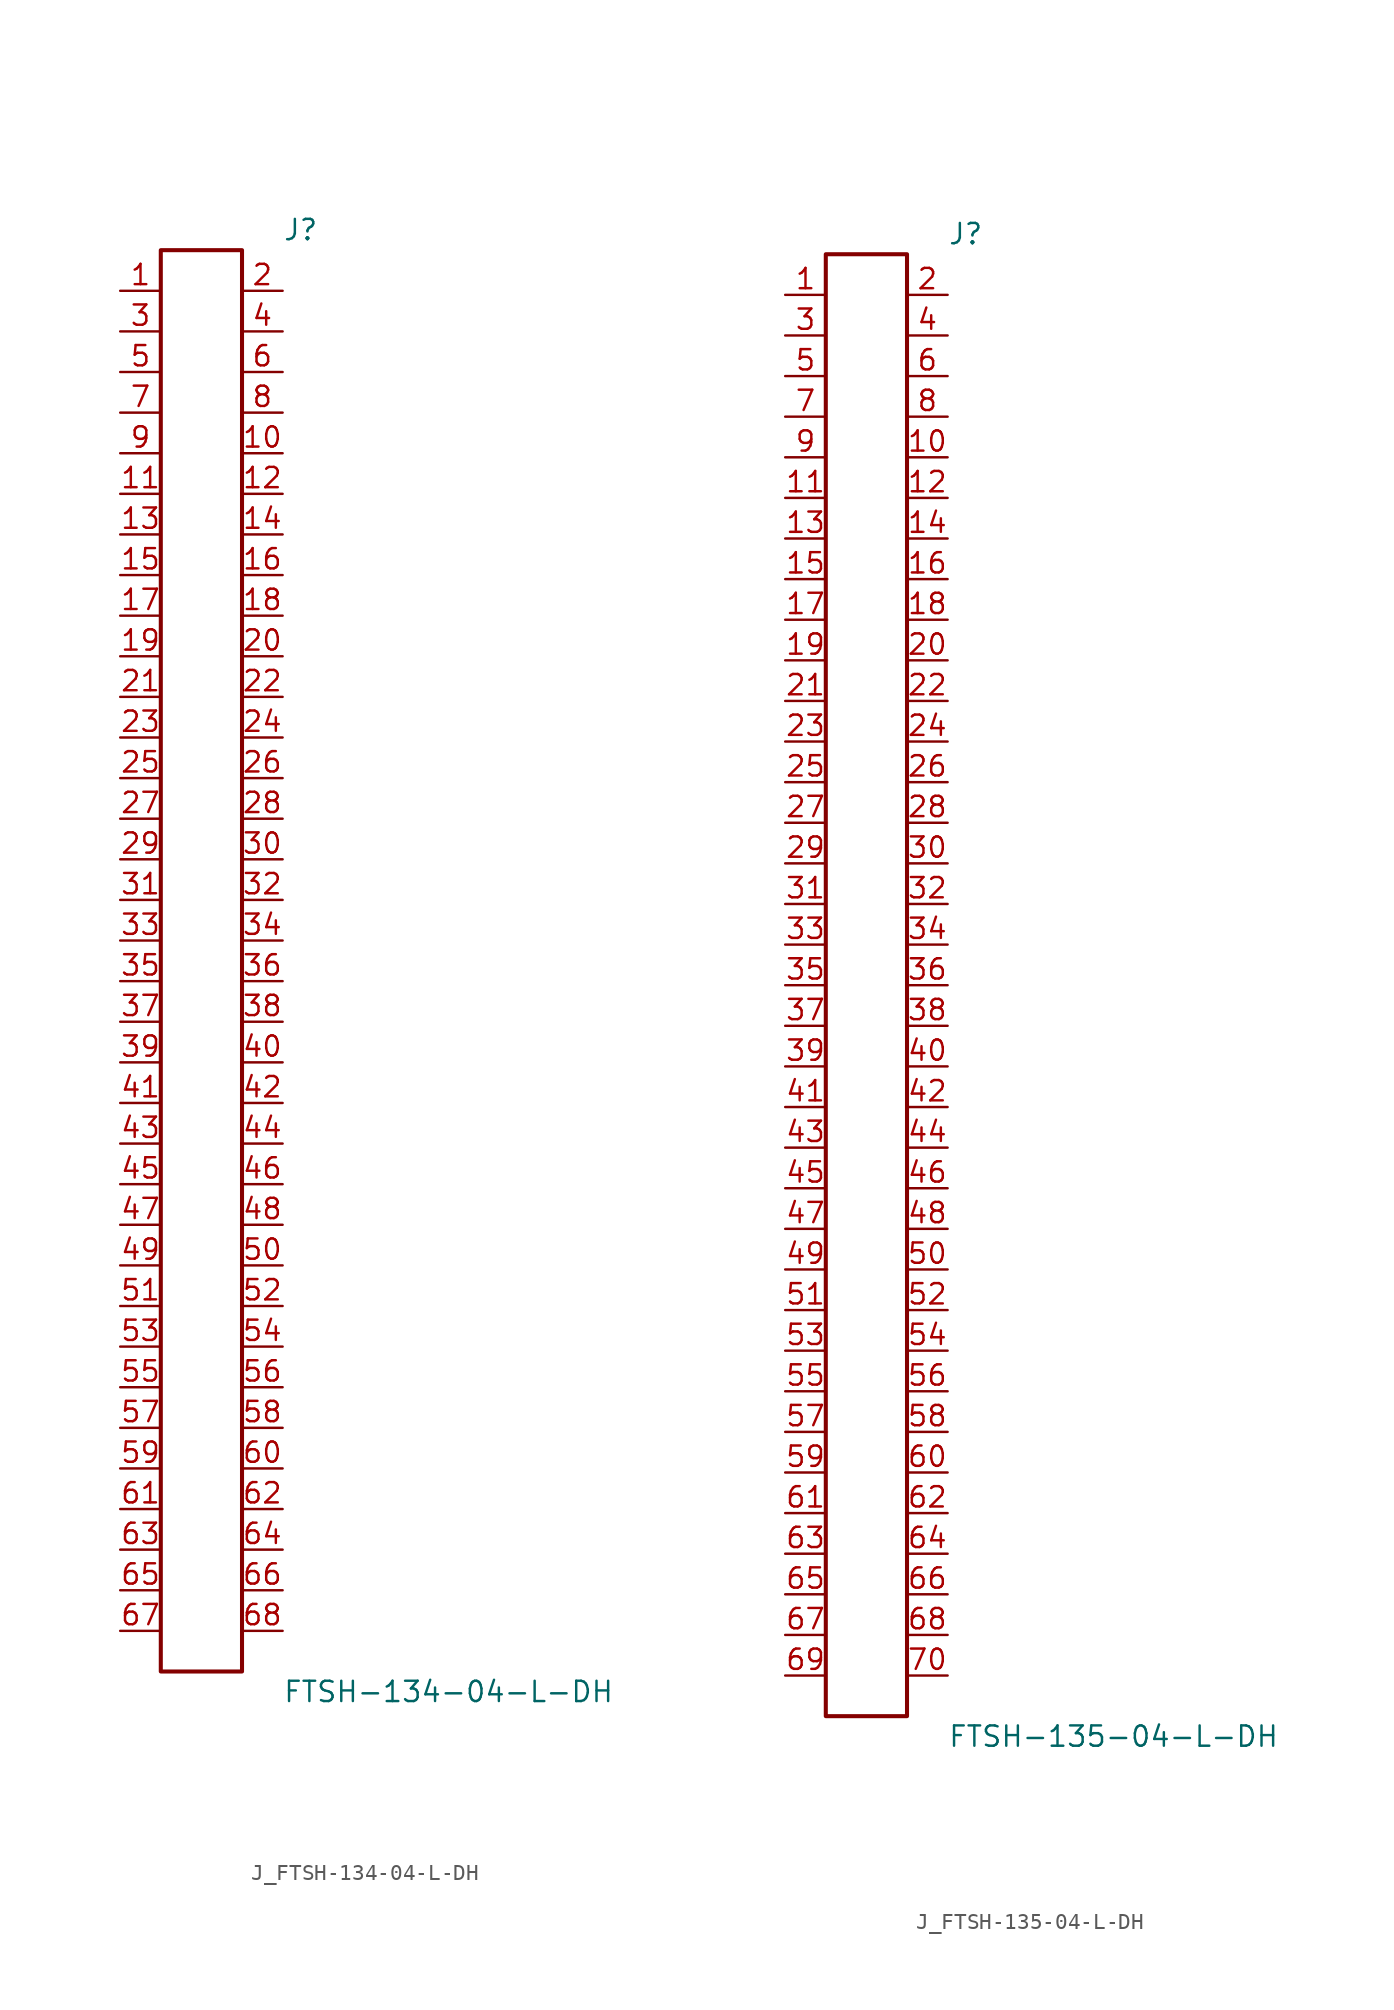
<source format=kicad_sym>
(kicad_symbol_lib
  (version 20231120)
  (generator kicad_symbol_editor)
  (generator_version 8.0)
  (symbol "J_FTSH-134-04-L-DH"
    (pin_names
      (offset 0.254))
    (property "Reference" "J"
      (at 5.08 45.72 0)
      (effects (font (size 1.27 1.27)) (justify left)))
    (property "Value" "FTSH-134-04-L-DH"
      (at 5.08 -45.72 0)
      (effects (font (size 1.27 1.27)) (justify left)))
    (symbol "J_FTSH-134-04-L-DH_0_0"
      (pin unspecified line (at -5.08 41.91 0) (length 2.54) (name "" (effects (font (size 1.27 1.27)))) (number "1" (effects (font (size 1.27 1.27)))))
      (pin unspecified line (at 5.08 41.91 180) (length 2.54) (name "" (effects (font (size 1.27 1.27)))) (number "2" (effects (font (size 1.27 1.27)))))
      (pin unspecified line (at -5.08 39.37 0) (length 2.54) (name "" (effects (font (size 1.27 1.27)))) (number "3" (effects (font (size 1.27 1.27)))))
      (pin unspecified line (at 5.08 39.37 180) (length 2.54) (name "" (effects (font (size 1.27 1.27)))) (number "4" (effects (font (size 1.27 1.27)))))
      (pin unspecified line (at -5.08 36.83 0) (length 2.54) (name "" (effects (font (size 1.27 1.27)))) (number "5" (effects (font (size 1.27 1.27)))))
      (pin unspecified line (at 5.08 36.83 180) (length 2.54) (name "" (effects (font (size 1.27 1.27)))) (number "6" (effects (font (size 1.27 1.27)))))
      (pin unspecified line (at -5.08 34.29 0) (length 2.54) (name "" (effects (font (size 1.27 1.27)))) (number "7" (effects (font (size 1.27 1.27)))))
      (pin unspecified line (at 5.08 34.29 180) (length 2.54) (name "" (effects (font (size 1.27 1.27)))) (number "8" (effects (font (size 1.27 1.27)))))
      (pin unspecified line (at -5.08 31.75 0) (length 2.54) (name "" (effects (font (size 1.27 1.27)))) (number "9" (effects (font (size 1.27 1.27)))))
      (pin unspecified line (at 5.08 31.75 180) (length 2.54) (name "" (effects (font (size 1.27 1.27)))) (number "10" (effects (font (size 1.27 1.27)))))
      (pin unspecified line (at -5.08 29.21 0) (length 2.54) (name "" (effects (font (size 1.27 1.27)))) (number "11" (effects (font (size 1.27 1.27)))))
      (pin unspecified line (at 5.08 29.21 180) (length 2.54) (name "" (effects (font (size 1.27 1.27)))) (number "12" (effects (font (size 1.27 1.27)))))
      (pin unspecified line (at -5.08 26.67 0) (length 2.54) (name "" (effects (font (size 1.27 1.27)))) (number "13" (effects (font (size 1.27 1.27)))))
      (pin unspecified line (at 5.08 26.67 180) (length 2.54) (name "" (effects (font (size 1.27 1.27)))) (number "14" (effects (font (size 1.27 1.27)))))
      (pin unspecified line (at -5.08 24.13 0) (length 2.54) (name "" (effects (font (size 1.27 1.27)))) (number "15" (effects (font (size 1.27 1.27)))))
      (pin unspecified line (at 5.08 24.13 180) (length 2.54) (name "" (effects (font (size 1.27 1.27)))) (number "16" (effects (font (size 1.27 1.27)))))
      (pin unspecified line (at -5.08 21.59 0) (length 2.54) (name "" (effects (font (size 1.27 1.27)))) (number "17" (effects (font (size 1.27 1.27)))))
      (pin unspecified line (at 5.08 21.59 180) (length 2.54) (name "" (effects (font (size 1.27 1.27)))) (number "18" (effects (font (size 1.27 1.27)))))
      (pin unspecified line (at -5.08 19.05 0) (length 2.54) (name "" (effects (font (size 1.27 1.27)))) (number "19" (effects (font (size 1.27 1.27)))))
      (pin unspecified line (at 5.08 19.05 180) (length 2.54) (name "" (effects (font (size 1.27 1.27)))) (number "20" (effects (font (size 1.27 1.27)))))
      (pin unspecified line (at -5.08 16.51 0) (length 2.54) (name "" (effects (font (size 1.27 1.27)))) (number "21" (effects (font (size 1.27 1.27)))))
      (pin unspecified line (at 5.08 16.51 180) (length 2.54) (name "" (effects (font (size 1.27 1.27)))) (number "22" (effects (font (size 1.27 1.27)))))
      (pin unspecified line (at -5.08 13.97 0) (length 2.54) (name "" (effects (font (size 1.27 1.27)))) (number "23" (effects (font (size 1.27 1.27)))))
      (pin unspecified line (at 5.08 13.97 180) (length 2.54) (name "" (effects (font (size 1.27 1.27)))) (number "24" (effects (font (size 1.27 1.27)))))
      (pin unspecified line (at -5.08 11.43 0) (length 2.54) (name "" (effects (font (size 1.27 1.27)))) (number "25" (effects (font (size 1.27 1.27)))))
      (pin unspecified line (at 5.08 11.43 180) (length 2.54) (name "" (effects (font (size 1.27 1.27)))) (number "26" (effects (font (size 1.27 1.27)))))
      (pin unspecified line (at -5.08 8.89 0) (length 2.54) (name "" (effects (font (size 1.27 1.27)))) (number "27" (effects (font (size 1.27 1.27)))))
      (pin unspecified line (at 5.08 8.89 180) (length 2.54) (name "" (effects (font (size 1.27 1.27)))) (number "28" (effects (font (size 1.27 1.27)))))
      (pin unspecified line (at -5.08 6.35 0) (length 2.54) (name "" (effects (font (size 1.27 1.27)))) (number "29" (effects (font (size 1.27 1.27)))))
      (pin unspecified line (at 5.08 6.35 180) (length 2.54) (name "" (effects (font (size 1.27 1.27)))) (number "30" (effects (font (size 1.27 1.27)))))
      (pin unspecified line (at -5.08 3.81 0) (length 2.54) (name "" (effects (font (size 1.27 1.27)))) (number "31" (effects (font (size 1.27 1.27)))))
      (pin unspecified line (at 5.08 3.81 180) (length 2.54) (name "" (effects (font (size 1.27 1.27)))) (number "32" (effects (font (size 1.27 1.27)))))
      (pin unspecified line (at -5.08 1.27 0) (length 2.54) (name "" (effects (font (size 1.27 1.27)))) (number "33" (effects (font (size 1.27 1.27)))))
      (pin unspecified line (at 5.08 1.27 180) (length 2.54) (name "" (effects (font (size 1.27 1.27)))) (number "34" (effects (font (size 1.27 1.27)))))
      (pin unspecified line (at -5.08 -1.27 0) (length 2.54) (name "" (effects (font (size 1.27 1.27)))) (number "35" (effects (font (size 1.27 1.27)))))
      (pin unspecified line (at 5.08 -1.27 180) (length 2.54) (name "" (effects (font (size 1.27 1.27)))) (number "36" (effects (font (size 1.27 1.27)))))
      (pin unspecified line (at -5.08 -3.81 0) (length 2.54) (name "" (effects (font (size 1.27 1.27)))) (number "37" (effects (font (size 1.27 1.27)))))
      (pin unspecified line (at 5.08 -3.81 180) (length 2.54) (name "" (effects (font (size 1.27 1.27)))) (number "38" (effects (font (size 1.27 1.27)))))
      (pin unspecified line (at -5.08 -6.35 0) (length 2.54) (name "" (effects (font (size 1.27 1.27)))) (number "39" (effects (font (size 1.27 1.27)))))
      (pin unspecified line (at 5.08 -6.35 180) (length 2.54) (name "" (effects (font (size 1.27 1.27)))) (number "40" (effects (font (size 1.27 1.27)))))
      (pin unspecified line (at -5.08 -8.89 0) (length 2.54) (name "" (effects (font (size 1.27 1.27)))) (number "41" (effects (font (size 1.27 1.27)))))
      (pin unspecified line (at 5.08 -8.89 180) (length 2.54) (name "" (effects (font (size 1.27 1.27)))) (number "42" (effects (font (size 1.27 1.27)))))
      (pin unspecified line (at -5.08 -11.43 0) (length 2.54) (name "" (effects (font (size 1.27 1.27)))) (number "43" (effects (font (size 1.27 1.27)))))
      (pin unspecified line (at 5.08 -11.43 180) (length 2.54) (name "" (effects (font (size 1.27 1.27)))) (number "44" (effects (font (size 1.27 1.27)))))
      (pin unspecified line (at -5.08 -13.97 0) (length 2.54) (name "" (effects (font (size 1.27 1.27)))) (number "45" (effects (font (size 1.27 1.27)))))
      (pin unspecified line (at 5.08 -13.97 180) (length 2.54) (name "" (effects (font (size 1.27 1.27)))) (number "46" (effects (font (size 1.27 1.27)))))
      (pin unspecified line (at -5.08 -16.51 0) (length 2.54) (name "" (effects (font (size 1.27 1.27)))) (number "47" (effects (font (size 1.27 1.27)))))
      (pin unspecified line (at 5.08 -16.51 180) (length 2.54) (name "" (effects (font (size 1.27 1.27)))) (number "48" (effects (font (size 1.27 1.27)))))
      (pin unspecified line (at -5.08 -19.05 0) (length 2.54) (name "" (effects (font (size 1.27 1.27)))) (number "49" (effects (font (size 1.27 1.27)))))
      (pin unspecified line (at 5.08 -19.05 180) (length 2.54) (name "" (effects (font (size 1.27 1.27)))) (number "50" (effects (font (size 1.27 1.27)))))
      (pin unspecified line (at -5.08 -21.59 0) (length 2.54) (name "" (effects (font (size 1.27 1.27)))) (number "51" (effects (font (size 1.27 1.27)))))
      (pin unspecified line (at 5.08 -21.59 180) (length 2.54) (name "" (effects (font (size 1.27 1.27)))) (number "52" (effects (font (size 1.27 1.27)))))
      (pin unspecified line (at -5.08 -24.13 0) (length 2.54) (name "" (effects (font (size 1.27 1.27)))) (number "53" (effects (font (size 1.27 1.27)))))
      (pin unspecified line (at 5.08 -24.13 180) (length 2.54) (name "" (effects (font (size 1.27 1.27)))) (number "54" (effects (font (size 1.27 1.27)))))
      (pin unspecified line (at -5.08 -26.67 0) (length 2.54) (name "" (effects (font (size 1.27 1.27)))) (number "55" (effects (font (size 1.27 1.27)))))
      (pin unspecified line (at 5.08 -26.67 180) (length 2.54) (name "" (effects (font (size 1.27 1.27)))) (number "56" (effects (font (size 1.27 1.27)))))
      (pin unspecified line (at -5.08 -29.21 0) (length 2.54) (name "" (effects (font (size 1.27 1.27)))) (number "57" (effects (font (size 1.27 1.27)))))
      (pin unspecified line (at 5.08 -29.21 180) (length 2.54) (name "" (effects (font (size 1.27 1.27)))) (number "58" (effects (font (size 1.27 1.27)))))
      (pin unspecified line (at -5.08 -31.75 0) (length 2.54) (name "" (effects (font (size 1.27 1.27)))) (number "59" (effects (font (size 1.27 1.27)))))
      (pin unspecified line (at 5.08 -31.75 180) (length 2.54) (name "" (effects (font (size 1.27 1.27)))) (number "60" (effects (font (size 1.27 1.27)))))
      (pin unspecified line (at -5.08 -34.29 0) (length 2.54) (name "" (effects (font (size 1.27 1.27)))) (number "61" (effects (font (size 1.27 1.27)))))
      (pin unspecified line (at 5.08 -34.29 180) (length 2.54) (name "" (effects (font (size 1.27 1.27)))) (number "62" (effects (font (size 1.27 1.27)))))
      (pin unspecified line (at -5.08 -36.83 0) (length 2.54) (name "" (effects (font (size 1.27 1.27)))) (number "63" (effects (font (size 1.27 1.27)))))
      (pin unspecified line (at 5.08 -36.83 180) (length 2.54) (name "" (effects (font (size 1.27 1.27)))) (number "64" (effects (font (size 1.27 1.27)))))
      (pin unspecified line (at -5.08 -39.37 0) (length 2.54) (name "" (effects (font (size 1.27 1.27)))) (number "65" (effects (font (size 1.27 1.27)))))
      (pin unspecified line (at 5.08 -39.37 180) (length 2.54) (name "" (effects (font (size 1.27 1.27)))) (number "66" (effects (font (size 1.27 1.27)))))
      (pin unspecified line (at -5.08 -41.91 0) (length 2.54) (name "" (effects (font (size 1.27 1.27)))) (number "67" (effects (font (size 1.27 1.27)))))
      (pin unspecified line (at 5.08 -41.91 180) (length 2.54) (name "" (effects (font (size 1.27 1.27)))) (number "68" (effects (font (size 1.27 1.27))))))
    (symbol "J_FTSH-134-04-L-DH_1_0"
      (rectangle (start -2.54 44.45) (end 2.54 -44.45) (stroke (width 0.254) (type solid)) (fill (type none)))))
  (symbol "J_FTSH-135-04-L-DH"
    (pin_names
      (offset 0.254))
    (property "Reference" "J"
      (at 5.08 46.99 0)
      (effects (font (size 1.27 1.27)) (justify left)))
    (property "Value" "FTSH-135-04-L-DH"
      (at 5.08 -46.99 0)
      (effects (font (size 1.27 1.27)) (justify left)))
    (symbol "J_FTSH-135-04-L-DH_0_0"
      (pin unspecified line (at -5.08 43.18 0) (length 2.54) (name "" (effects (font (size 1.27 1.27)))) (number "1" (effects (font (size 1.27 1.27)))))
      (pin unspecified line (at 5.08 43.18 180) (length 2.54) (name "" (effects (font (size 1.27 1.27)))) (number "2" (effects (font (size 1.27 1.27)))))
      (pin unspecified line (at -5.08 40.64 0) (length 2.54) (name "" (effects (font (size 1.27 1.27)))) (number "3" (effects (font (size 1.27 1.27)))))
      (pin unspecified line (at 5.08 40.64 180) (length 2.54) (name "" (effects (font (size 1.27 1.27)))) (number "4" (effects (font (size 1.27 1.27)))))
      (pin unspecified line (at -5.08 38.1 0) (length 2.54) (name "" (effects (font (size 1.27 1.27)))) (number "5" (effects (font (size 1.27 1.27)))))
      (pin unspecified line (at 5.08 38.1 180) (length 2.54) (name "" (effects (font (size 1.27 1.27)))) (number "6" (effects (font (size 1.27 1.27)))))
      (pin unspecified line (at -5.08 35.56 0) (length 2.54) (name "" (effects (font (size 1.27 1.27)))) (number "7" (effects (font (size 1.27 1.27)))))
      (pin unspecified line (at 5.08 35.56 180) (length 2.54) (name "" (effects (font (size 1.27 1.27)))) (number "8" (effects (font (size 1.27 1.27)))))
      (pin unspecified line (at -5.08 33.02 0) (length 2.54) (name "" (effects (font (size 1.27 1.27)))) (number "9" (effects (font (size 1.27 1.27)))))
      (pin unspecified line (at 5.08 33.02 180) (length 2.54) (name "" (effects (font (size 1.27 1.27)))) (number "10" (effects (font (size 1.27 1.27)))))
      (pin unspecified line (at -5.08 30.48 0) (length 2.54) (name "" (effects (font (size 1.27 1.27)))) (number "11" (effects (font (size 1.27 1.27)))))
      (pin unspecified line (at 5.08 30.48 180) (length 2.54) (name "" (effects (font (size 1.27 1.27)))) (number "12" (effects (font (size 1.27 1.27)))))
      (pin unspecified line (at -5.08 27.94 0) (length 2.54) (name "" (effects (font (size 1.27 1.27)))) (number "13" (effects (font (size 1.27 1.27)))))
      (pin unspecified line (at 5.08 27.94 180) (length 2.54) (name "" (effects (font (size 1.27 1.27)))) (number "14" (effects (font (size 1.27 1.27)))))
      (pin unspecified line (at -5.08 25.4 0) (length 2.54) (name "" (effects (font (size 1.27 1.27)))) (number "15" (effects (font (size 1.27 1.27)))))
      (pin unspecified line (at 5.08 25.4 180) (length 2.54) (name "" (effects (font (size 1.27 1.27)))) (number "16" (effects (font (size 1.27 1.27)))))
      (pin unspecified line (at -5.08 22.86 0) (length 2.54) (name "" (effects (font (size 1.27 1.27)))) (number "17" (effects (font (size 1.27 1.27)))))
      (pin unspecified line (at 5.08 22.86 180) (length 2.54) (name "" (effects (font (size 1.27 1.27)))) (number "18" (effects (font (size 1.27 1.27)))))
      (pin unspecified line (at -5.08 20.32 0) (length 2.54) (name "" (effects (font (size 1.27 1.27)))) (number "19" (effects (font (size 1.27 1.27)))))
      (pin unspecified line (at 5.08 20.32 180) (length 2.54) (name "" (effects (font (size 1.27 1.27)))) (number "20" (effects (font (size 1.27 1.27)))))
      (pin unspecified line (at -5.08 17.78 0) (length 2.54) (name "" (effects (font (size 1.27 1.27)))) (number "21" (effects (font (size 1.27 1.27)))))
      (pin unspecified line (at 5.08 17.78 180) (length 2.54) (name "" (effects (font (size 1.27 1.27)))) (number "22" (effects (font (size 1.27 1.27)))))
      (pin unspecified line (at -5.08 15.24 0) (length 2.54) (name "" (effects (font (size 1.27 1.27)))) (number "23" (effects (font (size 1.27 1.27)))))
      (pin unspecified line (at 5.08 15.24 180) (length 2.54) (name "" (effects (font (size 1.27 1.27)))) (number "24" (effects (font (size 1.27 1.27)))))
      (pin unspecified line (at -5.08 12.7 0) (length 2.54) (name "" (effects (font (size 1.27 1.27)))) (number "25" (effects (font (size 1.27 1.27)))))
      (pin unspecified line (at 5.08 12.7 180) (length 2.54) (name "" (effects (font (size 1.27 1.27)))) (number "26" (effects (font (size 1.27 1.27)))))
      (pin unspecified line (at -5.08 10.16 0) (length 2.54) (name "" (effects (font (size 1.27 1.27)))) (number "27" (effects (font (size 1.27 1.27)))))
      (pin unspecified line (at 5.08 10.16 180) (length 2.54) (name "" (effects (font (size 1.27 1.27)))) (number "28" (effects (font (size 1.27 1.27)))))
      (pin unspecified line (at -5.08 7.62 0) (length 2.54) (name "" (effects (font (size 1.27 1.27)))) (number "29" (effects (font (size 1.27 1.27)))))
      (pin unspecified line (at 5.08 7.62 180) (length 2.54) (name "" (effects (font (size 1.27 1.27)))) (number "30" (effects (font (size 1.27 1.27)))))
      (pin unspecified line (at -5.08 5.08 0) (length 2.54) (name "" (effects (font (size 1.27 1.27)))) (number "31" (effects (font (size 1.27 1.27)))))
      (pin unspecified line (at 5.08 5.08 180) (length 2.54) (name "" (effects (font (size 1.27 1.27)))) (number "32" (effects (font (size 1.27 1.27)))))
      (pin unspecified line (at -5.08 2.54 0) (length 2.54) (name "" (effects (font (size 1.27 1.27)))) (number "33" (effects (font (size 1.27 1.27)))))
      (pin unspecified line (at 5.08 2.54 180) (length 2.54) (name "" (effects (font (size 1.27 1.27)))) (number "34" (effects (font (size 1.27 1.27)))))
      (pin unspecified line (at -5.08 0.0 0) (length 2.54) (name "" (effects (font (size 1.27 1.27)))) (number "35" (effects (font (size 1.27 1.27)))))
      (pin unspecified line (at 5.08 0.0 180) (length 2.54) (name "" (effects (font (size 1.27 1.27)))) (number "36" (effects (font (size 1.27 1.27)))))
      (pin unspecified line (at -5.08 -2.54 0) (length 2.54) (name "" (effects (font (size 1.27 1.27)))) (number "37" (effects (font (size 1.27 1.27)))))
      (pin unspecified line (at 5.08 -2.54 180) (length 2.54) (name "" (effects (font (size 1.27 1.27)))) (number "38" (effects (font (size 1.27 1.27)))))
      (pin unspecified line (at -5.08 -5.08 0) (length 2.54) (name "" (effects (font (size 1.27 1.27)))) (number "39" (effects (font (size 1.27 1.27)))))
      (pin unspecified line (at 5.08 -5.08 180) (length 2.54) (name "" (effects (font (size 1.27 1.27)))) (number "40" (effects (font (size 1.27 1.27)))))
      (pin unspecified line (at -5.08 -7.62 0) (length 2.54) (name "" (effects (font (size 1.27 1.27)))) (number "41" (effects (font (size 1.27 1.27)))))
      (pin unspecified line (at 5.08 -7.62 180) (length 2.54) (name "" (effects (font (size 1.27 1.27)))) (number "42" (effects (font (size 1.27 1.27)))))
      (pin unspecified line (at -5.08 -10.16 0) (length 2.54) (name "" (effects (font (size 1.27 1.27)))) (number "43" (effects (font (size 1.27 1.27)))))
      (pin unspecified line (at 5.08 -10.16 180) (length 2.54) (name "" (effects (font (size 1.27 1.27)))) (number "44" (effects (font (size 1.27 1.27)))))
      (pin unspecified line (at -5.08 -12.7 0) (length 2.54) (name "" (effects (font (size 1.27 1.27)))) (number "45" (effects (font (size 1.27 1.27)))))
      (pin unspecified line (at 5.08 -12.7 180) (length 2.54) (name "" (effects (font (size 1.27 1.27)))) (number "46" (effects (font (size 1.27 1.27)))))
      (pin unspecified line (at -5.08 -15.24 0) (length 2.54) (name "" (effects (font (size 1.27 1.27)))) (number "47" (effects (font (size 1.27 1.27)))))
      (pin unspecified line (at 5.08 -15.24 180) (length 2.54) (name "" (effects (font (size 1.27 1.27)))) (number "48" (effects (font (size 1.27 1.27)))))
      (pin unspecified line (at -5.08 -17.78 0) (length 2.54) (name "" (effects (font (size 1.27 1.27)))) (number "49" (effects (font (size 1.27 1.27)))))
      (pin unspecified line (at 5.08 -17.78 180) (length 2.54) (name "" (effects (font (size 1.27 1.27)))) (number "50" (effects (font (size 1.27 1.27)))))
      (pin unspecified line (at -5.08 -20.32 0) (length 2.54) (name "" (effects (font (size 1.27 1.27)))) (number "51" (effects (font (size 1.27 1.27)))))
      (pin unspecified line (at 5.08 -20.32 180) (length 2.54) (name "" (effects (font (size 1.27 1.27)))) (number "52" (effects (font (size 1.27 1.27)))))
      (pin unspecified line (at -5.08 -22.86 0) (length 2.54) (name "" (effects (font (size 1.27 1.27)))) (number "53" (effects (font (size 1.27 1.27)))))
      (pin unspecified line (at 5.08 -22.86 180) (length 2.54) (name "" (effects (font (size 1.27 1.27)))) (number "54" (effects (font (size 1.27 1.27)))))
      (pin unspecified line (at -5.08 -25.4 0) (length 2.54) (name "" (effects (font (size 1.27 1.27)))) (number "55" (effects (font (size 1.27 1.27)))))
      (pin unspecified line (at 5.08 -25.4 180) (length 2.54) (name "" (effects (font (size 1.27 1.27)))) (number "56" (effects (font (size 1.27 1.27)))))
      (pin unspecified line (at -5.08 -27.94 0) (length 2.54) (name "" (effects (font (size 1.27 1.27)))) (number "57" (effects (font (size 1.27 1.27)))))
      (pin unspecified line (at 5.08 -27.94 180) (length 2.54) (name "" (effects (font (size 1.27 1.27)))) (number "58" (effects (font (size 1.27 1.27)))))
      (pin unspecified line (at -5.08 -30.48 0) (length 2.54) (name "" (effects (font (size 1.27 1.27)))) (number "59" (effects (font (size 1.27 1.27)))))
      (pin unspecified line (at 5.08 -30.48 180) (length 2.54) (name "" (effects (font (size 1.27 1.27)))) (number "60" (effects (font (size 1.27 1.27)))))
      (pin unspecified line (at -5.08 -33.02 0) (length 2.54) (name "" (effects (font (size 1.27 1.27)))) (number "61" (effects (font (size 1.27 1.27)))))
      (pin unspecified line (at 5.08 -33.02 180) (length 2.54) (name "" (effects (font (size 1.27 1.27)))) (number "62" (effects (font (size 1.27 1.27)))))
      (pin unspecified line (at -5.08 -35.56 0) (length 2.54) (name "" (effects (font (size 1.27 1.27)))) (number "63" (effects (font (size 1.27 1.27)))))
      (pin unspecified line (at 5.08 -35.56 180) (length 2.54) (name "" (effects (font (size 1.27 1.27)))) (number "64" (effects (font (size 1.27 1.27)))))
      (pin unspecified line (at -5.08 -38.1 0) (length 2.54) (name "" (effects (font (size 1.27 1.27)))) (number "65" (effects (font (size 1.27 1.27)))))
      (pin unspecified line (at 5.08 -38.1 180) (length 2.54) (name "" (effects (font (size 1.27 1.27)))) (number "66" (effects (font (size 1.27 1.27)))))
      (pin unspecified line (at -5.08 -40.64 0) (length 2.54) (name "" (effects (font (size 1.27 1.27)))) (number "67" (effects (font (size 1.27 1.27)))))
      (pin unspecified line (at 5.08 -40.64 180) (length 2.54) (name "" (effects (font (size 1.27 1.27)))) (number "68" (effects (font (size 1.27 1.27)))))
      (pin unspecified line (at -5.08 -43.18 0) (length 2.54) (name "" (effects (font (size 1.27 1.27)))) (number "69" (effects (font (size 1.27 1.27)))))
      (pin unspecified line (at 5.08 -43.18 180) (length 2.54) (name "" (effects (font (size 1.27 1.27)))) (number "70" (effects (font (size 1.27 1.27))))))
    (symbol "J_FTSH-135-04-L-DH_1_0"
      (rectangle (start -2.54 45.72) (end 2.54 -45.72) (stroke (width 0.254) (type solid)) (fill (type none))))))
</source>
